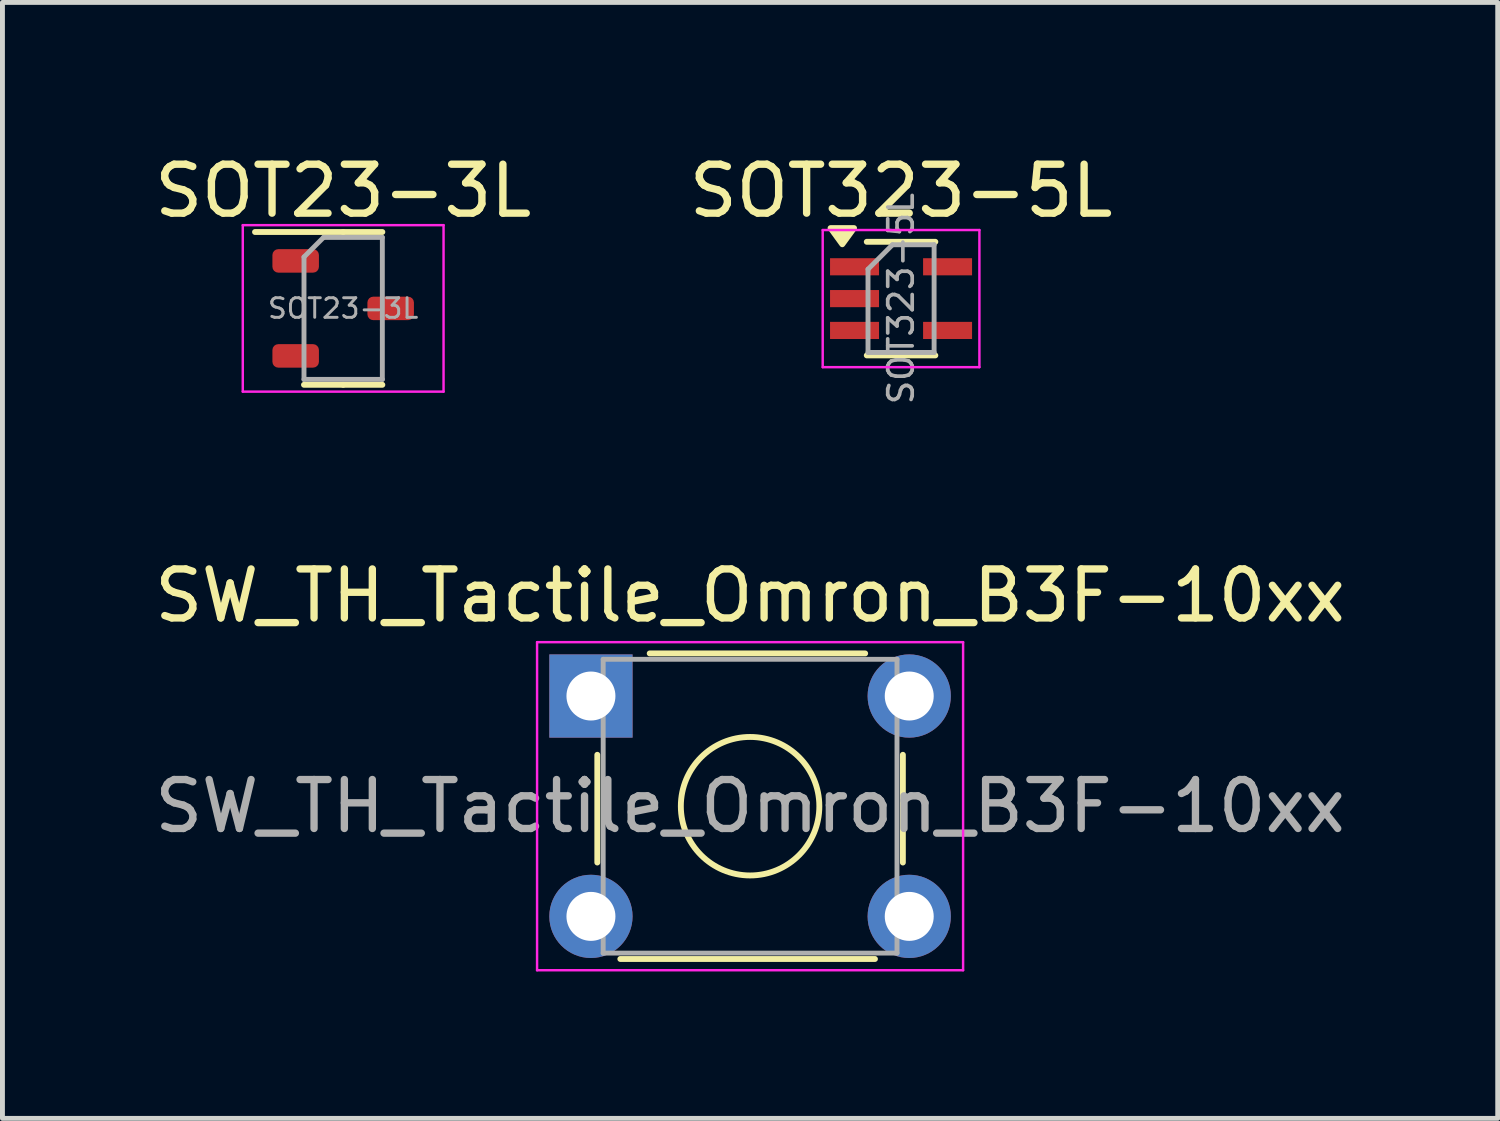
<source format=kicad_pcb>
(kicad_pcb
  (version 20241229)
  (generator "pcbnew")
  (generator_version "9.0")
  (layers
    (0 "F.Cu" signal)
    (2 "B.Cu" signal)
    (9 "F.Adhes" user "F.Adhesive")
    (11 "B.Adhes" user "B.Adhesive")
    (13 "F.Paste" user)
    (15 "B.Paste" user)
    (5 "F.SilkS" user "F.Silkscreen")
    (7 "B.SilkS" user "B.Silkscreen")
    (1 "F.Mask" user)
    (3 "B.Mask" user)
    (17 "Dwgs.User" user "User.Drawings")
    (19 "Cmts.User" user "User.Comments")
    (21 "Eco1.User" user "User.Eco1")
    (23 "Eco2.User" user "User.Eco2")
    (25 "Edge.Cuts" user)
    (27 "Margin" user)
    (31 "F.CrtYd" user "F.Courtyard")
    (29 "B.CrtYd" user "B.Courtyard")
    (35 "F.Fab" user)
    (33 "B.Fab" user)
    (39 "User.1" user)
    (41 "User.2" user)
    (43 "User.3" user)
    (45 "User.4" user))
  (footprint "SOT23-3L"
    (layer "F.Cu")
    (at 3.958 3.248)
    (property "Reference" "SOT23-3L" (at 0 -2.4 0) (layer "F.SilkS") (effects (font (size 1 1) (thickness 0.15))))
    (attr smd)
    (fp_line (start 0 -1.56) (end -1.8 -1.56) (stroke (width 0.12) (type solid)) (layer "F.SilkS"))
    (fp_line (start 0 -1.56) (end 0.8 -1.56) (stroke (width 0.12) (type solid)) (layer "F.SilkS"))
    (fp_line (start 0 1.56) (end -0.8 1.56) (stroke (width 0.12) (type solid)) (layer "F.SilkS"))
    (fp_line (start 0 1.56) (end 0.8 1.56) (stroke (width 0.12) (type solid)) (layer "F.SilkS"))
    (fp_line (start -2.05 -1.7) (end -2.05 1.7) (stroke (width 0.05) (type solid)) (layer "F.CrtYd"))
    (fp_line (start -2.05 1.7) (end 2.05 1.7) (stroke (width 0.05) (type solid)) (layer "F.CrtYd"))
    (fp_line (start 2.05 -1.7) (end -2.05 -1.7) (stroke (width 0.05) (type solid)) (layer "F.CrtYd"))
    (fp_line (start 2.05 1.7) (end 2.05 -1.7) (stroke (width 0.05) (type solid)) (layer "F.CrtYd"))
    (fp_line (start -0.8 -1.05) (end -0.4 -1.45) (stroke (width 0.1) (type solid)) (layer "F.Fab"))
    (fp_line (start -0.8 1.45) (end -0.8 -1.05) (stroke (width 0.1) (type solid)) (layer "F.Fab"))
    (fp_line (start -0.4 -1.45) (end 0.8 -1.45) (stroke (width 0.1) (type solid)) (layer "F.Fab"))
    (fp_line (start 0.8 -1.45) (end 0.8 1.45) (stroke (width 0.1) (type solid)) (layer "F.Fab"))
    (fp_line (start 0.8 1.45) (end -0.8 1.45) (stroke (width 0.1) (type solid)) (layer "F.Fab"))
    (fp_text user "${REFERENCE}" (at 0 0 0) (layer "F.Fab") (effects (font (size 0.4 0.4) (thickness 0.06))))
    (pad "1" smd roundrect (at -0.97 -0.97) (size 0.95 0.48) (layers "F.Cu" "F.Mask" "F.Paste") (roundrect_rratio 0.25))
    (pad "2" smd roundrect (at -0.97 0.97) (size 0.95 0.48) (layers "F.Cu" "F.Mask" "F.Paste") (roundrect_rratio 0.25))
    (pad "3" smd roundrect (at 0.97 0) (size 0.95 0.48) (layers "F.Cu" "F.Mask" "F.Paste") (roundrect_rratio 0.25)))
  (footprint "SOT323-5L"
    (layer "F.Cu")
    (at 15.351 3.048)
    (property "Reference" "SOT323-5L" (at 0 -2.2 0) (layer "F.SilkS") (effects (font (size 1 1) (thickness 0.15))))
    (attr smd)
    (fp_line (start -0.7 1.16) (end 0.7 1.16) (stroke (width 0.12) (type solid)) (layer "F.SilkS"))
    (fp_line (start 0.7 -1.16) (end -0.7 -1.16) (stroke (width 0.12) (type solid)) (layer "F.SilkS"))
    (fp_poly (pts (xy -1.2 -1.11) (xy -1.44 -1.44) (xy -0.96 -1.44) (xy -1.2 -1.11)) (stroke (width 0.12) (type solid)) (fill yes) (layer "F.SilkS"))
    (fp_line (start -1.6 -1.4) (end -1.6 1.4) (stroke (width 0.05) (type solid)) (layer "F.CrtYd"))
    (fp_line (start -1.6 -1.4) (end 1.6 -1.4) (stroke (width 0.05) (type solid)) (layer "F.CrtYd"))
    (fp_line (start -1.6 1.4) (end 1.6 1.4) (stroke (width 0.05) (type solid)) (layer "F.CrtYd"))
    (fp_line (start 1.6 1.4) (end 1.6 -1.4) (stroke (width 0.05) (type solid)) (layer "F.CrtYd"))
    (fp_line (start -0.675 -0.6) (end -0.675 1.1) (stroke (width 0.1) (type solid)) (layer "F.Fab"))
    (fp_line (start -0.175 -1.1) (end -0.675 -0.6) (stroke (width 0.1) (type solid)) (layer "F.Fab"))
    (fp_line (start 0.675 -1.1) (end -0.175 -1.1) (stroke (width 0.1) (type solid)) (layer "F.Fab"))
    (fp_line (start 0.675 -1.1) (end 0.675 1.1) (stroke (width 0.1) (type solid)) (layer "F.Fab"))
    (fp_line (start 0.675 1.1) (end -0.675 1.1) (stroke (width 0.1) (type solid)) (layer "F.Fab"))
    (fp_text user "${REFERENCE}" (at 0 0 90) (layer "F.Fab") (effects (font (size 0.5 0.5) (thickness 0.075))))
    (pad "1" smd rect (at -0.95 -0.65) (size 1 0.35) (layers "F.Cu" "F.Mask" "F.Paste"))
    (pad "2" smd rect (at -0.95 0) (size 1 0.35) (layers "F.Cu" "F.Mask" "F.Paste"))
    (pad "3" smd rect (at -0.95 0.65) (size 1 0.35) (layers "F.Cu" "F.Mask" "F.Paste"))
    (pad "4" smd rect (at 0.95 0.65) (size 1 0.35) (layers "F.Cu" "F.Mask" "F.Paste"))
    (pad "5" smd rect (at 0.95 -0.65) (size 1 0.35) (layers "F.Cu" "F.Mask" "F.Paste")))
  (footprint "SW_TH_Tactile_Omron_B3F-10xx"
    (layer "F.Cu")
    (at 12.268 13.414)
    (property "Reference" "SW_TH_Tactile_Omron_B3F-10xx" (at 0 -4.3 0) (layer "F.SilkS") (effects (font (size 1 1) (thickness 0.15))))
    (attr through_hole)
    (fp_line (start -3.12 1.15) (end -3.12 -1.05) (stroke (width 0.12) (type solid)) (layer "F.SilkS"))
    (fp_line (start -2.65 3.12) (end 2.55 3.12) (stroke (width 0.12) (type solid)) (layer "F.SilkS"))
    (fp_line (start -2.05 -3.12) (end 2.35 -3.12) (stroke (width 0.12) (type solid)) (layer "F.SilkS"))
    (fp_line (start 3.12 -1.05) (end 3.12 1.15) (stroke (width 0.12) (type solid)) (layer "F.SilkS"))
    (fp_circle (center 0 0) (end 1 1) (stroke (width 0.12) (type solid)) (fill no) (layer "F.SilkS"))
    (fp_line (start -4.35 -3.35) (end -4.35 3.35) (stroke (width 0.05) (type solid)) (layer "F.CrtYd"))
    (fp_line (start -4.35 -3.35) (end 4.35 -3.35) (stroke (width 0.05) (type solid)) (layer "F.CrtYd"))
    (fp_line (start -4.35 3.35) (end 4.35 3.35) (stroke (width 0.05) (type solid)) (layer "F.CrtYd"))
    (fp_line (start 4.35 3.35) (end 4.35 -3.35) (stroke (width 0.05) (type solid)) (layer "F.CrtYd"))
    (fp_line (start -3 -3) (end -3 3) (stroke (width 0.1) (type solid)) (layer "F.Fab"))
    (fp_line (start -3 -3) (end 3 -3) (stroke (width 0.1) (type solid)) (layer "F.Fab"))
    (fp_line (start -3 3) (end 3 3) (stroke (width 0.1) (type solid)) (layer "F.Fab"))
    (fp_line (start 3 -3) (end 3 3) (stroke (width 0.1) (type solid)) (layer "F.Fab"))
    (fp_text user "${REFERENCE}" (at 0 0 0) (layer "F.Fab") (effects (font (size 1 1) (thickness 0.15))))
    (pad "1" thru_hole rect (at -3.25 -2.25) (size 1.7 1.7) (drill 1) (layers "*.Cu" "*.Mask"))
    (pad "1" thru_hole circle (at 3.25 -2.25) (size 1.7 1.7) (drill 1) (layers "*.Cu" "*.Mask"))
    (pad "2" thru_hole circle (at -3.25 2.25) (size 1.7 1.7) (drill 1) (layers "*.Cu" "*.Mask"))
    (pad "2" thru_hole circle (at 3.25 2.25) (size 1.7 1.7) (drill 1) (layers "*.Cu" "*.Mask")))
  (gr_rect
    (start -3 -3)
    (end 27.536 19.789)
    (stroke (width 0.1) (type default))
    (fill no)
    (layer "Edge.Cuts")))
</source>
